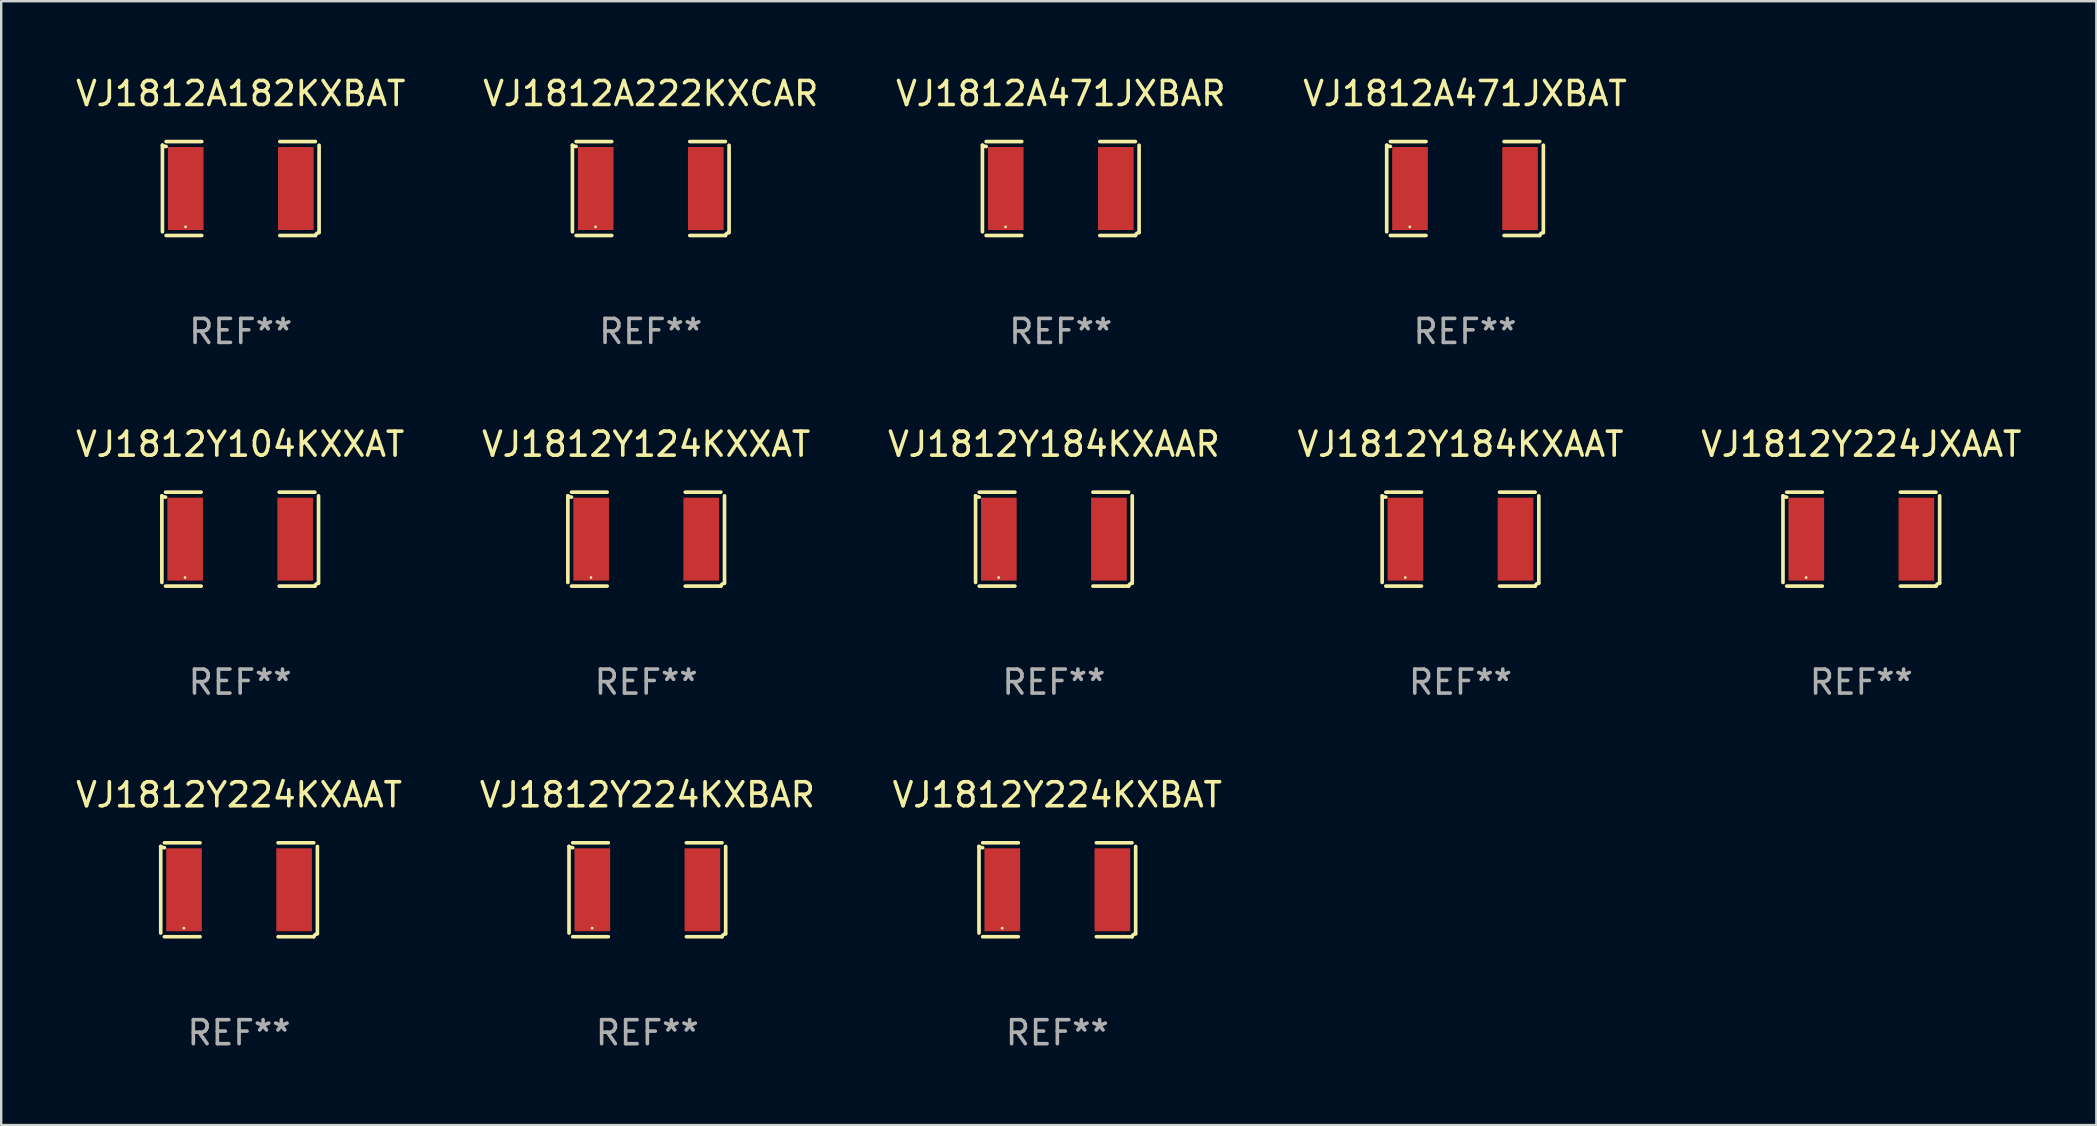
<source format=kicad_pcb>
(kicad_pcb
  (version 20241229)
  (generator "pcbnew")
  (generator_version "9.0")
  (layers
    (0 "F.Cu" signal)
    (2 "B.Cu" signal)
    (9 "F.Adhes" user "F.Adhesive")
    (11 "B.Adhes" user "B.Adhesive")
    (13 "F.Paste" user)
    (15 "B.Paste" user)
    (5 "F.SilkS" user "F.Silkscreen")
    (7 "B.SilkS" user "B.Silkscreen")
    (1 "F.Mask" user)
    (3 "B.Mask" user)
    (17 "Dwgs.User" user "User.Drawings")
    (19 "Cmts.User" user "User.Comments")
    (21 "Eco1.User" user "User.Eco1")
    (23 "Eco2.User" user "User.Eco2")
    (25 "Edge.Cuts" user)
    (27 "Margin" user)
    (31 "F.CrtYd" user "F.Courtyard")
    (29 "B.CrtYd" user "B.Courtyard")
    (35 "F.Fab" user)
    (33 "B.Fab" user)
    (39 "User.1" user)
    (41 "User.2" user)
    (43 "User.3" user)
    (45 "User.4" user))
  (footprint "VJ1812Y224KXBAR"
    (layer "F.Cu")
    (at 23.923 34.024)
    (property "Reference" "VJ1812Y224KXBAR" (at 0 -3.957 0) (layer "F.SilkS") (effects (font (size 1 1) (thickness 0.15))))
    (attr through_hole)
    (fp_line (start -3.264 1.804) (end -3.264 -1.804) (stroke (width 0.152) (type solid)) (layer "F.SilkS"))
    (fp_line (start -3.111 -1.957) (end -1.626 -1.957) (stroke (width 0.152) (type solid)) (layer "F.SilkS"))
    (fp_line (start -1.626 1.957) (end -3.111 1.957) (stroke (width 0.152) (type solid)) (layer "F.SilkS"))
    (fp_line (start 1.626 1.957) (end 3.111 1.957) (stroke (width 0.152) (type solid)) (layer "F.SilkS"))
    (fp_line (start 3.111 -1.957) (end 1.626 -1.957) (stroke (width 0.152) (type solid)) (layer "F.SilkS"))
    (fp_line (start 3.264 1.804) (end 3.264 -1.804) (stroke (width 0.152) (type solid)) (layer "F.SilkS"))
    (fp_arc (start -3.111202 -1.752192) (mid -3.191715 -1.76555) (end -3.263602 -1.804191) (stroke (width 0.1524) (type solid)) (layer "F.SilkS"))
    (fp_arc (start 3.111201 1.956591) (mid 3.167789 1.872777) (end 3.263602 1.840424) (stroke (width 0.1524) (type solid)) (layer "F.SilkS"))
    (fp_circle (center -2.3 1.6) (end -2.27 1.6) (stroke (width 0.06) (type solid)) (fill no) (layer "F.SilkS"))
    (fp_text user "REF**" (at 0 5.957 0) (layer "F.Fab") (effects (font (size 1 1) (thickness 0.15))))
    (pad "1" smd rect (at -2.293 0) (size 1.485 3.456) (layers "F.Cu" "F.Mask" "F.Paste"))
    (pad "2" smd rect (at 2.293 0) (size 1.485 3.456) (layers "F.Cu" "F.Mask" "F.Paste")))
  (footprint "VJ1812Y224KXBAT"
    (layer "F.Cu")
    (at 41.006 34.024)
    (property "Reference" "VJ1812Y224KXBAT" (at 0 -3.957 0) (layer "F.SilkS") (effects (font (size 1 1) (thickness 0.15))))
    (attr through_hole)
    (fp_line (start -3.264 1.804) (end -3.264 -1.804) (stroke (width 0.152) (type solid)) (layer "F.SilkS"))
    (fp_line (start -3.111 -1.957) (end -1.626 -1.957) (stroke (width 0.152) (type solid)) (layer "F.SilkS"))
    (fp_line (start -1.626 1.957) (end -3.111 1.957) (stroke (width 0.152) (type solid)) (layer "F.SilkS"))
    (fp_line (start 1.626 1.957) (end 3.111 1.957) (stroke (width 0.152) (type solid)) (layer "F.SilkS"))
    (fp_line (start 3.111 -1.957) (end 1.626 -1.957) (stroke (width 0.152) (type solid)) (layer "F.SilkS"))
    (fp_line (start 3.264 1.804) (end 3.264 -1.804) (stroke (width 0.152) (type solid)) (layer "F.SilkS"))
    (fp_arc (start -3.111202 -1.752192) (mid -3.191715 -1.76555) (end -3.263602 -1.804191) (stroke (width 0.1524) (type solid)) (layer "F.SilkS"))
    (fp_arc (start 3.111201 1.956591) (mid 3.167789 1.872777) (end 3.263602 1.840424) (stroke (width 0.1524) (type solid)) (layer "F.SilkS"))
    (fp_circle (center -2.3 1.6) (end -2.27 1.6) (stroke (width 0.06) (type solid)) (fill no) (layer "F.SilkS"))
    (fp_text user "REF**" (at 0 5.957 0) (layer "F.Fab") (effects (font (size 1 1) (thickness 0.15))))
    (pad "1" smd rect (at -2.293 0) (size 1.485 3.456) (layers "F.Cu" "F.Mask" "F.Paste"))
    (pad "2" smd rect (at 2.293 0) (size 1.485 3.456) (layers "F.Cu" "F.Mask" "F.Paste")))
  (footprint "VJ1812A222KXCAR"
    (layer "F.Cu")
    (at 24.065 4.805)
    (property "Reference" "VJ1812A222KXCAR" (at 0 -3.957 0) (layer "F.SilkS") (effects (font (size 1 1) (thickness 0.15))))
    (attr through_hole)
    (fp_line (start -3.264 1.804) (end -3.264 -1.804) (stroke (width 0.152) (type solid)) (layer "F.SilkS"))
    (fp_line (start -3.111 -1.957) (end -1.626 -1.957) (stroke (width 0.152) (type solid)) (layer "F.SilkS"))
    (fp_line (start -1.626 1.957) (end -3.111 1.957) (stroke (width 0.152) (type solid)) (layer "F.SilkS"))
    (fp_line (start 1.626 1.957) (end 3.111 1.957) (stroke (width 0.152) (type solid)) (layer "F.SilkS"))
    (fp_line (start 3.111 -1.957) (end 1.626 -1.957) (stroke (width 0.152) (type solid)) (layer "F.SilkS"))
    (fp_line (start 3.264 1.804) (end 3.264 -1.804) (stroke (width 0.152) (type solid)) (layer "F.SilkS"))
    (fp_arc (start -3.111202 -1.752192) (mid -3.191715 -1.76555) (end -3.263602 -1.804191) (stroke (width 0.1524) (type solid)) (layer "F.SilkS"))
    (fp_arc (start 3.111201 1.956591) (mid 3.167789 1.872777) (end 3.263602 1.840424) (stroke (width 0.1524) (type solid)) (layer "F.SilkS"))
    (fp_circle (center -2.3 1.6) (end -2.27 1.6) (stroke (width 0.06) (type solid)) (fill no) (layer "F.SilkS"))
    (fp_text user "REF**" (at 0 5.957 0) (layer "F.Fab") (effects (font (size 1 1) (thickness 0.15))))
    (pad "1" smd rect (at -2.293 0) (size 1.485 3.456) (layers "F.Cu" "F.Mask" "F.Paste"))
    (pad "2" smd rect (at 2.293 0) (size 1.485 3.456) (layers "F.Cu" "F.Mask" "F.Paste")))
  (footprint "VJ1812Y184KXAAT"
    (layer "F.Cu")
    (at 57.804 19.415)
    (property "Reference" "VJ1812Y184KXAAT" (at 0 -3.957 0) (layer "F.SilkS") (effects (font (size 1 1) (thickness 0.15))))
    (attr through_hole)
    (fp_line (start -3.264 1.804) (end -3.264 -1.804) (stroke (width 0.152) (type solid)) (layer "F.SilkS"))
    (fp_line (start -3.111 -1.957) (end -1.626 -1.957) (stroke (width 0.152) (type solid)) (layer "F.SilkS"))
    (fp_line (start -1.626 1.957) (end -3.111 1.957) (stroke (width 0.152) (type solid)) (layer "F.SilkS"))
    (fp_line (start 1.626 1.957) (end 3.111 1.957) (stroke (width 0.152) (type solid)) (layer "F.SilkS"))
    (fp_line (start 3.111 -1.957) (end 1.626 -1.957) (stroke (width 0.152) (type solid)) (layer "F.SilkS"))
    (fp_line (start 3.264 1.804) (end 3.264 -1.804) (stroke (width 0.152) (type solid)) (layer "F.SilkS"))
    (fp_arc (start -3.111202 -1.752192) (mid -3.191715 -1.76555) (end -3.263602 -1.804191) (stroke (width 0.1524) (type solid)) (layer "F.SilkS"))
    (fp_arc (start 3.111201 1.956591) (mid 3.167789 1.872777) (end 3.263602 1.840424) (stroke (width 0.1524) (type solid)) (layer "F.SilkS"))
    (fp_circle (center -2.3 1.6) (end -2.27 1.6) (stroke (width 0.06) (type solid)) (fill no) (layer "F.SilkS"))
    (fp_text user "REF**" (at 0 5.957 0) (layer "F.Fab") (effects (font (size 1 1) (thickness 0.15))))
    (pad "1" smd rect (at -2.293 0) (size 1.485 3.456) (layers "F.Cu" "F.Mask" "F.Paste"))
    (pad "2" smd rect (at 2.293 0) (size 1.485 3.456) (layers "F.Cu" "F.Mask" "F.Paste")))
  (footprint "VJ1812A471JXBAR"
    (layer "F.Cu")
    (at 41.149 4.805)
    (property "Reference" "VJ1812A471JXBAR" (at 0 -3.957 0) (layer "F.SilkS") (effects (font (size 1 1) (thickness 0.15))))
    (attr through_hole)
    (fp_line (start -3.264 1.804) (end -3.264 -1.804) (stroke (width 0.152) (type solid)) (layer "F.SilkS"))
    (fp_line (start -3.111 -1.957) (end -1.626 -1.957) (stroke (width 0.152) (type solid)) (layer "F.SilkS"))
    (fp_line (start -1.626 1.957) (end -3.111 1.957) (stroke (width 0.152) (type solid)) (layer "F.SilkS"))
    (fp_line (start 1.626 1.957) (end 3.111 1.957) (stroke (width 0.152) (type solid)) (layer "F.SilkS"))
    (fp_line (start 3.111 -1.957) (end 1.626 -1.957) (stroke (width 0.152) (type solid)) (layer "F.SilkS"))
    (fp_line (start 3.264 1.804) (end 3.264 -1.804) (stroke (width 0.152) (type solid)) (layer "F.SilkS"))
    (fp_arc (start -3.111202 -1.752192) (mid -3.191715 -1.76555) (end -3.263602 -1.804191) (stroke (width 0.1524) (type solid)) (layer "F.SilkS"))
    (fp_arc (start 3.111201 1.956591) (mid 3.167789 1.872777) (end 3.263602 1.840424) (stroke (width 0.1524) (type solid)) (layer "F.SilkS"))
    (fp_circle (center -2.3 1.6) (end -2.27 1.6) (stroke (width 0.06) (type solid)) (fill no) (layer "F.SilkS"))
    (fp_text user "REF**" (at 0 5.957 0) (layer "F.Fab") (effects (font (size 1 1) (thickness 0.15))))
    (pad "1" smd rect (at -2.293 0) (size 1.485 3.456) (layers "F.Cu" "F.Mask" "F.Paste"))
    (pad "2" smd rect (at 2.293 0) (size 1.485 3.456) (layers "F.Cu" "F.Mask" "F.Paste")))
  (footprint "VJ1812Y224JXAAT"
    (layer "F.Cu")
    (at 74.506 19.415)
    (property "Reference" "VJ1812Y224JXAAT" (at 0 -3.957 0) (layer "F.SilkS") (effects (font (size 1 1) (thickness 0.15))))
    (attr through_hole)
    (fp_line (start -3.264 1.804) (end -3.264 -1.804) (stroke (width 0.152) (type solid)) (layer "F.SilkS"))
    (fp_line (start -3.111 -1.957) (end -1.626 -1.957) (stroke (width 0.152) (type solid)) (layer "F.SilkS"))
    (fp_line (start -1.626 1.957) (end -3.111 1.957) (stroke (width 0.152) (type solid)) (layer "F.SilkS"))
    (fp_line (start 1.626 1.957) (end 3.111 1.957) (stroke (width 0.152) (type solid)) (layer "F.SilkS"))
    (fp_line (start 3.111 -1.957) (end 1.626 -1.957) (stroke (width 0.152) (type solid)) (layer "F.SilkS"))
    (fp_line (start 3.264 1.804) (end 3.264 -1.804) (stroke (width 0.152) (type solid)) (layer "F.SilkS"))
    (fp_arc (start -3.111202 -1.752192) (mid -3.191715 -1.76555) (end -3.263602 -1.804191) (stroke (width 0.1524) (type solid)) (layer "F.SilkS"))
    (fp_arc (start 3.111201 1.956591) (mid 3.167789 1.872777) (end 3.263602 1.840424) (stroke (width 0.1524) (type solid)) (layer "F.SilkS"))
    (fp_circle (center -2.3 1.6) (end -2.27 1.6) (stroke (width 0.06) (type solid)) (fill no) (layer "F.SilkS"))
    (fp_text user "REF**" (at 0 5.957 0) (layer "F.Fab") (effects (font (size 1 1) (thickness 0.15))))
    (pad "1" smd rect (at -2.293 0) (size 1.485 3.456) (layers "F.Cu" "F.Mask" "F.Paste"))
    (pad "2" smd rect (at 2.293 0) (size 1.485 3.456) (layers "F.Cu" "F.Mask" "F.Paste")))
  (footprint "VJ1812Y224KXAAT"
    (layer "F.Cu")
    (at 6.911 34.024)
    (property "Reference" "VJ1812Y224KXAAT" (at 0 -3.957 0) (layer "F.SilkS") (effects (font (size 1 1) (thickness 0.15))))
    (attr through_hole)
    (fp_line (start -3.264 1.804) (end -3.264 -1.804) (stroke (width 0.152) (type solid)) (layer "F.SilkS"))
    (fp_line (start -3.111 -1.957) (end -1.626 -1.957) (stroke (width 0.152) (type solid)) (layer "F.SilkS"))
    (fp_line (start -1.626 1.957) (end -3.111 1.957) (stroke (width 0.152) (type solid)) (layer "F.SilkS"))
    (fp_line (start 1.626 1.957) (end 3.111 1.957) (stroke (width 0.152) (type solid)) (layer "F.SilkS"))
    (fp_line (start 3.111 -1.957) (end 1.626 -1.957) (stroke (width 0.152) (type solid)) (layer "F.SilkS"))
    (fp_line (start 3.264 1.804) (end 3.264 -1.804) (stroke (width 0.152) (type solid)) (layer "F.SilkS"))
    (fp_arc (start -3.111202 -1.752192) (mid -3.191715 -1.76555) (end -3.263602 -1.804191) (stroke (width 0.1524) (type solid)) (layer "F.SilkS"))
    (fp_arc (start 3.111201 1.956591) (mid 3.167789 1.872777) (end 3.263602 1.840424) (stroke (width 0.1524) (type solid)) (layer "F.SilkS"))
    (fp_circle (center -2.3 1.6) (end -2.27 1.6) (stroke (width 0.06) (type solid)) (fill no) (layer "F.SilkS"))
    (fp_text user "REF**" (at 0 5.957 0) (layer "F.Fab") (effects (font (size 1 1) (thickness 0.15))))
    (pad "1" smd rect (at -2.293 0) (size 1.485 3.456) (layers "F.Cu" "F.Mask" "F.Paste"))
    (pad "2" smd rect (at 2.293 0) (size 1.485 3.456) (layers "F.Cu" "F.Mask" "F.Paste")))
  (footprint "VJ1812Y124KXXAT"
    (layer "F.Cu")
    (at 23.875 19.415)
    (property "Reference" "VJ1812Y124KXXAT" (at 0 -3.957 0) (layer "F.SilkS") (effects (font (size 1 1) (thickness 0.15))))
    (attr through_hole)
    (fp_line (start -3.264 1.804) (end -3.264 -1.804) (stroke (width 0.152) (type solid)) (layer "F.SilkS"))
    (fp_line (start -3.111 -1.957) (end -1.626 -1.957) (stroke (width 0.152) (type solid)) (layer "F.SilkS"))
    (fp_line (start -1.626 1.957) (end -3.111 1.957) (stroke (width 0.152) (type solid)) (layer "F.SilkS"))
    (fp_line (start 1.626 1.957) (end 3.111 1.957) (stroke (width 0.152) (type solid)) (layer "F.SilkS"))
    (fp_line (start 3.111 -1.957) (end 1.626 -1.957) (stroke (width 0.152) (type solid)) (layer "F.SilkS"))
    (fp_line (start 3.264 1.804) (end 3.264 -1.804) (stroke (width 0.152) (type solid)) (layer "F.SilkS"))
    (fp_arc (start -3.111202 -1.752192) (mid -3.191715 -1.76555) (end -3.263602 -1.804191) (stroke (width 0.1524) (type solid)) (layer "F.SilkS"))
    (fp_arc (start 3.111201 1.956591) (mid 3.167789 1.872777) (end 3.263602 1.840424) (stroke (width 0.1524) (type solid)) (layer "F.SilkS"))
    (fp_circle (center -2.3 1.6) (end -2.27 1.6) (stroke (width 0.06) (type solid)) (fill no) (layer "F.SilkS"))
    (fp_text user "REF**" (at 0 5.957 0) (layer "F.Fab") (effects (font (size 1 1) (thickness 0.15))))
    (pad "1" smd rect (at -2.293 0) (size 1.485 3.456) (layers "F.Cu" "F.Mask" "F.Paste"))
    (pad "2" smd rect (at 2.293 0) (size 1.485 3.456) (layers "F.Cu" "F.Mask" "F.Paste")))
  (footprint "VJ1812A182KXBAT"
    (layer "F.Cu")
    (at 6.982 4.805)
    (property "Reference" "VJ1812A182KXBAT" (at 0 -3.957 0) (layer "F.SilkS") (effects (font (size 1 1) (thickness 0.15))))
    (attr through_hole)
    (fp_line (start -3.264 1.804) (end -3.264 -1.804) (stroke (width 0.152) (type solid)) (layer "F.SilkS"))
    (fp_line (start -3.111 -1.957) (end -1.626 -1.957) (stroke (width 0.152) (type solid)) (layer "F.SilkS"))
    (fp_line (start -1.626 1.957) (end -3.111 1.957) (stroke (width 0.152) (type solid)) (layer "F.SilkS"))
    (fp_line (start 1.626 1.957) (end 3.111 1.957) (stroke (width 0.152) (type solid)) (layer "F.SilkS"))
    (fp_line (start 3.111 -1.957) (end 1.626 -1.957) (stroke (width 0.152) (type solid)) (layer "F.SilkS"))
    (fp_line (start 3.264 1.804) (end 3.264 -1.804) (stroke (width 0.152) (type solid)) (layer "F.SilkS"))
    (fp_arc (start -3.111202 -1.752192) (mid -3.191715 -1.76555) (end -3.263602 -1.804191) (stroke (width 0.1524) (type solid)) (layer "F.SilkS"))
    (fp_arc (start 3.111201 1.956591) (mid 3.167789 1.872777) (end 3.263602 1.840424) (stroke (width 0.1524) (type solid)) (layer "F.SilkS"))
    (fp_circle (center -2.3 1.6) (end -2.27 1.6) (stroke (width 0.06) (type solid)) (fill no) (layer "F.SilkS"))
    (fp_text user "REF**" (at 0 5.957 0) (layer "F.Fab") (effects (font (size 1 1) (thickness 0.15))))
    (pad "1" smd rect (at -2.293 0) (size 1.485 3.456) (layers "F.Cu" "F.Mask" "F.Paste"))
    (pad "2" smd rect (at 2.293 0) (size 1.485 3.456) (layers "F.Cu" "F.Mask" "F.Paste")))
  (footprint "VJ1812A471JXBAT"
    (layer "F.Cu")
    (at 57.994 4.805)
    (property "Reference" "VJ1812A471JXBAT" (at 0 -3.957 0) (layer "F.SilkS") (effects (font (size 1 1) (thickness 0.15))))
    (attr through_hole)
    (fp_line (start -3.264 1.804) (end -3.264 -1.804) (stroke (width 0.152) (type solid)) (layer "F.SilkS"))
    (fp_line (start -3.111 -1.957) (end -1.626 -1.957) (stroke (width 0.152) (type solid)) (layer "F.SilkS"))
    (fp_line (start -1.626 1.957) (end -3.111 1.957) (stroke (width 0.152) (type solid)) (layer "F.SilkS"))
    (fp_line (start 1.626 1.957) (end 3.111 1.957) (stroke (width 0.152) (type solid)) (layer "F.SilkS"))
    (fp_line (start 3.111 -1.957) (end 1.626 -1.957) (stroke (width 0.152) (type solid)) (layer "F.SilkS"))
    (fp_line (start 3.264 1.804) (end 3.264 -1.804) (stroke (width 0.152) (type solid)) (layer "F.SilkS"))
    (fp_arc (start -3.111202 -1.752192) (mid -3.191715 -1.76555) (end -3.263602 -1.804191) (stroke (width 0.1524) (type solid)) (layer "F.SilkS"))
    (fp_arc (start 3.111201 1.956591) (mid 3.167789 1.872777) (end 3.263602 1.840424) (stroke (width 0.1524) (type solid)) (layer "F.SilkS"))
    (fp_circle (center -2.3 1.6) (end -2.27 1.6) (stroke (width 0.06) (type solid)) (fill no) (layer "F.SilkS"))
    (fp_text user "REF**" (at 0 5.957 0) (layer "F.Fab") (effects (font (size 1 1) (thickness 0.15))))
    (pad "1" smd rect (at -2.293 0) (size 1.485 3.456) (layers "F.Cu" "F.Mask" "F.Paste"))
    (pad "2" smd rect (at 2.293 0) (size 1.485 3.456) (layers "F.Cu" "F.Mask" "F.Paste")))
  (footprint "VJ1812Y184KXAAR"
    (layer "F.Cu")
    (at 40.863 19.415)
    (property "Reference" "VJ1812Y184KXAAR" (at 0 -3.957 0) (layer "F.SilkS") (effects (font (size 1 1) (thickness 0.15))))
    (attr through_hole)
    (fp_line (start -3.264 1.804) (end -3.264 -1.804) (stroke (width 0.152) (type solid)) (layer "F.SilkS"))
    (fp_line (start -3.111 -1.957) (end -1.626 -1.957) (stroke (width 0.152) (type solid)) (layer "F.SilkS"))
    (fp_line (start -1.626 1.957) (end -3.111 1.957) (stroke (width 0.152) (type solid)) (layer "F.SilkS"))
    (fp_line (start 1.626 1.957) (end 3.111 1.957) (stroke (width 0.152) (type solid)) (layer "F.SilkS"))
    (fp_line (start 3.111 -1.957) (end 1.626 -1.957) (stroke (width 0.152) (type solid)) (layer "F.SilkS"))
    (fp_line (start 3.264 1.804) (end 3.264 -1.804) (stroke (width 0.152) (type solid)) (layer "F.SilkS"))
    (fp_arc (start -3.111202 -1.752192) (mid -3.191715 -1.76555) (end -3.263602 -1.804191) (stroke (width 0.1524) (type solid)) (layer "F.SilkS"))
    (fp_arc (start 3.111201 1.956591) (mid 3.167789 1.872777) (end 3.263602 1.840424) (stroke (width 0.1524) (type solid)) (layer "F.SilkS"))
    (fp_circle (center -2.3 1.6) (end -2.27 1.6) (stroke (width 0.06) (type solid)) (fill no) (layer "F.SilkS"))
    (fp_text user "REF**" (at 0 5.957 0) (layer "F.Fab") (effects (font (size 1 1) (thickness 0.15))))
    (pad "1" smd rect (at -2.293 0) (size 1.485 3.456) (layers "F.Cu" "F.Mask" "F.Paste"))
    (pad "2" smd rect (at 2.293 0) (size 1.485 3.456) (layers "F.Cu" "F.Mask" "F.Paste")))
  (footprint "VJ1812Y104KXXAT"
    (layer "F.Cu")
    (at 6.958 19.415)
    (property "Reference" "VJ1812Y104KXXAT" (at 0 -3.957 0) (layer "F.SilkS") (effects (font (size 1 1) (thickness 0.15))))
    (attr through_hole)
    (fp_line (start -3.264 1.804) (end -3.264 -1.804) (stroke (width 0.152) (type solid)) (layer "F.SilkS"))
    (fp_line (start -3.111 -1.957) (end -1.626 -1.957) (stroke (width 0.152) (type solid)) (layer "F.SilkS"))
    (fp_line (start -1.626 1.957) (end -3.111 1.957) (stroke (width 0.152) (type solid)) (layer "F.SilkS"))
    (fp_line (start 1.626 1.957) (end 3.111 1.957) (stroke (width 0.152) (type solid)) (layer "F.SilkS"))
    (fp_line (start 3.111 -1.957) (end 1.626 -1.957) (stroke (width 0.152) (type solid)) (layer "F.SilkS"))
    (fp_line (start 3.264 1.804) (end 3.264 -1.804) (stroke (width 0.152) (type solid)) (layer "F.SilkS"))
    (fp_arc (start -3.111202 -1.752192) (mid -3.191715 -1.76555) (end -3.263602 -1.804191) (stroke (width 0.1524) (type solid)) (layer "F.SilkS"))
    (fp_arc (start 3.111201 1.956591) (mid 3.167789 1.872777) (end 3.263602 1.840424) (stroke (width 0.1524) (type solid)) (layer "F.SilkS"))
    (fp_circle (center -2.3 1.6) (end -2.27 1.6) (stroke (width 0.06) (type solid)) (fill no) (layer "F.SilkS"))
    (fp_text user "REF**" (at 0 5.957 0) (layer "F.Fab") (effects (font (size 1 1) (thickness 0.15))))
    (pad "1" smd rect (at -2.293 0) (size 1.485 3.456) (layers "F.Cu" "F.Mask" "F.Paste"))
    (pad "2" smd rect (at 2.293 0) (size 1.485 3.456) (layers "F.Cu" "F.Mask" "F.Paste")))
  (gr_rect
    (start -3 -3)
    (end 84.298 43.829)
    (stroke (width 0.1) (type default))
    (fill no)
    (layer "Edge.Cuts")))
</source>
